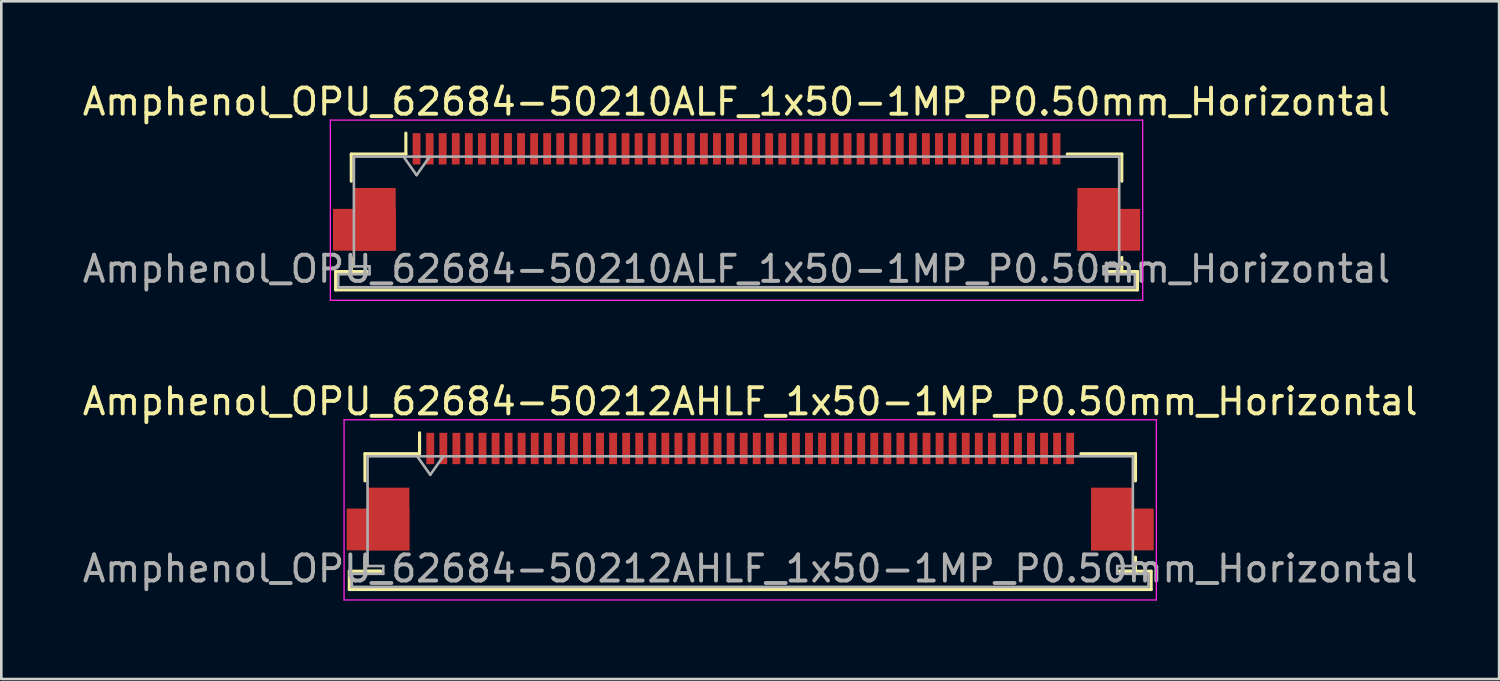
<source format=kicad_pcb>
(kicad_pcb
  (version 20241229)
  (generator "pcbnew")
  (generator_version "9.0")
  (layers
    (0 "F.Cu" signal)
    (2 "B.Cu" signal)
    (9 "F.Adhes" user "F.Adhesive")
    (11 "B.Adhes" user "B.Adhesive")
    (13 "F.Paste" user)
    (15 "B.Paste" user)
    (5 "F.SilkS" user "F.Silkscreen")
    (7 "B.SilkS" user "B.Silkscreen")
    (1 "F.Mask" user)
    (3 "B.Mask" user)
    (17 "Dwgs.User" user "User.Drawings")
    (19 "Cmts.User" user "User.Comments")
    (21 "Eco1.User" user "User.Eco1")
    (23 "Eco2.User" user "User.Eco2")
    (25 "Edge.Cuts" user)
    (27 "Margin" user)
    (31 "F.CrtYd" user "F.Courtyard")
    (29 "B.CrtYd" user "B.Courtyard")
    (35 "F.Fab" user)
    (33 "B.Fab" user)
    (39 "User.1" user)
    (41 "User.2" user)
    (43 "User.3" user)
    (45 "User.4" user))
  (footprint "Amphenol_OPU_62684-50212AHLF_1x50-1MP_P0.50mm_Horizontal"
    (layer "F.Cu")
    (at 25.673 15.771)
    (property "Reference" "Amphenol_OPU_62684-50212AHLF_1x50-1MP_P0.50mm_Horizontal" (at 0 -3.45 0) (layer "F.SilkS") (effects (font (size 1 1) (thickness 0.15))))
    (attr smd)
    (fp_line (start -15.35 3.05) (end -15.35 3.75) (stroke (width 0.12) (type solid)) (layer "F.SilkS"))
    (fp_line (start -15.35 3.75) (end 15.35 3.75) (stroke (width 0.12) (type solid)) (layer "F.SilkS"))
    (fp_line (start -14.75 -1.45) (end -14.75 -0.41) (stroke (width 0.12) (type solid)) (layer "F.SilkS"))
    (fp_line (start -14.75 2.51) (end -14.75 3.05) (stroke (width 0.12) (type solid)) (layer "F.SilkS"))
    (fp_line (start -14.75 3.05) (end -14.15 3.05) (stroke (width 0.12) (type solid)) (layer "F.SilkS"))
    (fp_line (start -14.15 3.05) (end -15.35 3.05) (stroke (width 0.12) (type solid)) (layer "F.SilkS"))
    (fp_line (start -12.66 -1.45) (end -14.75 -1.45) (stroke (width 0.12) (type solid)) (layer "F.SilkS"))
    (fp_line (start -12.66 -1.45) (end -12.66 -2.25) (stroke (width 0.12) (type solid)) (layer "F.SilkS"))
    (fp_line (start 12.66 -1.45) (end 14.75 -1.45) (stroke (width 0.12) (type solid)) (layer "F.SilkS"))
    (fp_line (start 14.15 3.05) (end 14.75 3.05) (stroke (width 0.12) (type solid)) (layer "F.SilkS"))
    (fp_line (start 14.75 -1.45) (end 14.75 -0.41) (stroke (width 0.12) (type solid)) (layer "F.SilkS"))
    (fp_line (start 14.75 3.05) (end 14.75 2.51) (stroke (width 0.12) (type solid)) (layer "F.SilkS"))
    (fp_line (start 15.35 3.05) (end 14.15 3.05) (stroke (width 0.12) (type solid)) (layer "F.SilkS"))
    (fp_line (start 15.35 3.75) (end 15.35 3.05) (stroke (width 0.12) (type solid)) (layer "F.SilkS"))
    (fp_line (start -15.55 -2.75) (end -15.55 4.15) (stroke (width 0.05) (type solid)) (layer "F.CrtYd"))
    (fp_line (start -15.55 4.15) (end 15.55 4.15) (stroke (width 0.05) (type solid)) (layer "F.CrtYd"))
    (fp_line (start 15.55 -2.75) (end -15.55 -2.75) (stroke (width 0.05) (type solid)) (layer "F.CrtYd"))
    (fp_line (start 15.55 4.15) (end 15.55 -2.75) (stroke (width 0.05) (type solid)) (layer "F.CrtYd"))
    (fp_line (start -15.25 3.15) (end -15.25 3.65) (stroke (width 0.1) (type solid)) (layer "F.Fab"))
    (fp_line (start -15.25 3.65) (end 0 3.65) (stroke (width 0.1) (type solid)) (layer "F.Fab"))
    (fp_line (start -14.65 -1.35) (end -14.65 2.85) (stroke (width 0.1) (type solid)) (layer "F.Fab"))
    (fp_line (start -14.65 2.85) (end -14.05 2.85) (stroke (width 0.1) (type solid)) (layer "F.Fab"))
    (fp_line (start -14.05 2.85) (end -14.05 3.15) (stroke (width 0.1) (type solid)) (layer "F.Fab"))
    (fp_line (start -14.05 3.15) (end -15.25 3.15) (stroke (width 0.1) (type solid)) (layer "F.Fab"))
    (fp_line (start -12.75 -1.35) (end -12.25 -0.643) (stroke (width 0.1) (type solid)) (layer "F.Fab"))
    (fp_line (start -12.25 -0.643) (end -11.75 -1.35) (stroke (width 0.1) (type solid)) (layer "F.Fab"))
    (fp_line (start 0 -1.35) (end -14.65 -1.35) (stroke (width 0.1) (type solid)) (layer "F.Fab"))
    (fp_line (start 0 -1.35) (end 14.65 -1.35) (stroke (width 0.1) (type solid)) (layer "F.Fab"))
    (fp_line (start 14.05 2.85) (end 14.05 3.15) (stroke (width 0.1) (type solid)) (layer "F.Fab"))
    (fp_line (start 14.05 3.15) (end 15.25 3.15) (stroke (width 0.1) (type solid)) (layer "F.Fab"))
    (fp_line (start 14.65 -1.35) (end 14.65 2.85) (stroke (width 0.1) (type solid)) (layer "F.Fab"))
    (fp_line (start 14.65 2.85) (end 14.05 2.85) (stroke (width 0.1) (type solid)) (layer "F.Fab"))
    (fp_line (start 15.25 3.15) (end 15.25 3.65) (stroke (width 0.1) (type solid)) (layer "F.Fab"))
    (fp_line (start 15.25 3.65) (end 0 3.65) (stroke (width 0.1) (type solid)) (layer "F.Fab"))
    (fp_text user "${REFERENCE}" (at 0 2.95 0) (layer "F.Fab") (effects (font (size 1 1) (thickness 0.15))))
    (pad "1" smd rect (at -12.25 -1.65) (size 0.3 1.2) (layers "F.Cu" "F.Mask" "F.Paste"))
    (pad "2" smd rect (at -11.75 -1.65) (size 0.3 1.2) (layers "F.Cu" "F.Mask" "F.Paste"))
    (pad "3" smd rect (at -11.25 -1.65) (size 0.3 1.2) (layers "F.Cu" "F.Mask" "F.Paste"))
    (pad "4" smd rect (at -10.75 -1.65) (size 0.3 1.2) (layers "F.Cu" "F.Mask" "F.Paste"))
    (pad "5" smd rect (at -10.25 -1.65) (size 0.3 1.2) (layers "F.Cu" "F.Mask" "F.Paste"))
    (pad "6" smd rect (at -9.75 -1.65) (size 0.3 1.2) (layers "F.Cu" "F.Mask" "F.Paste"))
    (pad "7" smd rect (at -9.25 -1.65) (size 0.3 1.2) (layers "F.Cu" "F.Mask" "F.Paste"))
    (pad "8" smd rect (at -8.75 -1.65) (size 0.3 1.2) (layers "F.Cu" "F.Mask" "F.Paste"))
    (pad "9" smd rect (at -8.25 -1.65) (size 0.3 1.2) (layers "F.Cu" "F.Mask" "F.Paste"))
    (pad "10" smd rect (at -7.75 -1.65) (size 0.3 1.2) (layers "F.Cu" "F.Mask" "F.Paste"))
    (pad "11" smd rect (at -7.25 -1.65) (size 0.3 1.2) (layers "F.Cu" "F.Mask" "F.Paste"))
    (pad "12" smd rect (at -6.75 -1.65) (size 0.3 1.2) (layers "F.Cu" "F.Mask" "F.Paste"))
    (pad "13" smd rect (at -6.25 -1.65) (size 0.3 1.2) (layers "F.Cu" "F.Mask" "F.Paste"))
    (pad "14" smd rect (at -5.75 -1.65) (size 0.3 1.2) (layers "F.Cu" "F.Mask" "F.Paste"))
    (pad "15" smd rect (at -5.25 -1.65) (size 0.3 1.2) (layers "F.Cu" "F.Mask" "F.Paste"))
    (pad "16" smd rect (at -4.75 -1.65) (size 0.3 1.2) (layers "F.Cu" "F.Mask" "F.Paste"))
    (pad "17" smd rect (at -4.25 -1.65) (size 0.3 1.2) (layers "F.Cu" "F.Mask" "F.Paste"))
    (pad "18" smd rect (at -3.75 -1.65) (size 0.3 1.2) (layers "F.Cu" "F.Mask" "F.Paste"))
    (pad "19" smd rect (at -3.25 -1.65) (size 0.3 1.2) (layers "F.Cu" "F.Mask" "F.Paste"))
    (pad "20" smd rect (at -2.75 -1.65) (size 0.3 1.2) (layers "F.Cu" "F.Mask" "F.Paste"))
    (pad "21" smd rect (at -2.25 -1.65) (size 0.3 1.2) (layers "F.Cu" "F.Mask" "F.Paste"))
    (pad "22" smd rect (at -1.75 -1.65) (size 0.3 1.2) (layers "F.Cu" "F.Mask" "F.Paste"))
    (pad "23" smd rect (at -1.25 -1.65) (size 0.3 1.2) (layers "F.Cu" "F.Mask" "F.Paste"))
    (pad "24" smd rect (at -0.75 -1.65) (size 0.3 1.2) (layers "F.Cu" "F.Mask" "F.Paste"))
    (pad "25" smd rect (at -0.25 -1.65) (size 0.3 1.2) (layers "F.Cu" "F.Mask" "F.Paste"))
    (pad "26" smd rect (at 0.25 -1.65) (size 0.3 1.2) (layers "F.Cu" "F.Mask" "F.Paste"))
    (pad "27" smd rect (at 0.75 -1.65) (size 0.3 1.2) (layers "F.Cu" "F.Mask" "F.Paste"))
    (pad "28" smd rect (at 1.25 -1.65) (size 0.3 1.2) (layers "F.Cu" "F.Mask" "F.Paste"))
    (pad "29" smd rect (at 1.75 -1.65) (size 0.3 1.2) (layers "F.Cu" "F.Mask" "F.Paste"))
    (pad "30" smd rect (at 2.25 -1.65) (size 0.3 1.2) (layers "F.Cu" "F.Mask" "F.Paste"))
    (pad "31" smd rect (at 2.75 -1.65) (size 0.3 1.2) (layers "F.Cu" "F.Mask" "F.Paste"))
    (pad "32" smd rect (at 3.25 -1.65) (size 0.3 1.2) (layers "F.Cu" "F.Mask" "F.Paste"))
    (pad "33" smd rect (at 3.75 -1.65) (size 0.3 1.2) (layers "F.Cu" "F.Mask" "F.Paste"))
    (pad "34" smd rect (at 4.25 -1.65) (size 0.3 1.2) (layers "F.Cu" "F.Mask" "F.Paste"))
    (pad "35" smd rect (at 4.75 -1.65) (size 0.3 1.2) (layers "F.Cu" "F.Mask" "F.Paste"))
    (pad "36" smd rect (at 5.25 -1.65) (size 0.3 1.2) (layers "F.Cu" "F.Mask" "F.Paste"))
    (pad "37" smd rect (at 5.75 -1.65) (size 0.3 1.2) (layers "F.Cu" "F.Mask" "F.Paste"))
    (pad "38" smd rect (at 6.25 -1.65) (size 0.3 1.2) (layers "F.Cu" "F.Mask" "F.Paste"))
    (pad "39" smd rect (at 6.75 -1.65) (size 0.3 1.2) (layers "F.Cu" "F.Mask" "F.Paste"))
    (pad "40" smd rect (at 7.25 -1.65) (size 0.3 1.2) (layers "F.Cu" "F.Mask" "F.Paste"))
    (pad "41" smd rect (at 7.75 -1.65) (size 0.3 1.2) (layers "F.Cu" "F.Mask" "F.Paste"))
    (pad "42" smd rect (at 8.25 -1.65) (size 0.3 1.2) (layers "F.Cu" "F.Mask" "F.Paste"))
    (pad "43" smd rect (at 8.75 -1.65) (size 0.3 1.2) (layers "F.Cu" "F.Mask" "F.Paste"))
    (pad "44" smd rect (at 9.25 -1.65) (size 0.3 1.2) (layers "F.Cu" "F.Mask" "F.Paste"))
    (pad "45" smd rect (at 9.75 -1.65) (size 0.3 1.2) (layers "F.Cu" "F.Mask" "F.Paste"))
    (pad "46" smd rect (at 10.25 -1.65) (size 0.3 1.2) (layers "F.Cu" "F.Mask" "F.Paste"))
    (pad "47" smd rect (at 10.75 -1.65) (size 0.3 1.2) (layers "F.Cu" "F.Mask" "F.Paste"))
    (pad "48" smd rect (at 11.25 -1.65) (size 0.3 1.2) (layers "F.Cu" "F.Mask" "F.Paste"))
    (pad "49" smd rect (at 11.75 -1.65) (size 0.3 1.2) (layers "F.Cu" "F.Mask" "F.Paste"))
    (pad "50" smd rect (at 12.25 -1.65) (size 0.3 1.2) (layers "F.Cu" "F.Mask" "F.Paste"))
    (pad "MP" smd rect (at -14.25 1.45) (size 2.4 1.6) (layers "F.Cu" "F.Mask" "F.Paste"))
    (pad "MP" smd rect (at -13.85 1.05) (size 1.6 2.4) (layers "F.Cu" "F.Mask" "F.Paste"))
    (pad "MP" smd rect (at 13.85 1.05) (size 1.6 2.4) (layers "F.Cu" "F.Mask" "F.Paste"))
    (pad "MP" smd rect (at 14.25 1.45) (size 2.4 1.6) (layers "F.Cu" "F.Mask" "F.Paste")))
  (footprint "Amphenol_OPU_62684-50210ALF_1x50-1MP_P0.50mm_Horizontal"
    (layer "F.Cu")
    (at 25.149 4.298)
    (property "Reference" "Amphenol_OPU_62684-50210ALF_1x50-1MP_P0.50mm_Horizontal" (at 0 -3.45 0) (layer "F.SilkS") (effects (font (size 1 1) (thickness 0.15))))
    (attr smd)
    (fp_line (start -15.35 3.05) (end -15.35 3.75) (stroke (width 0.12) (type solid)) (layer "F.SilkS"))
    (fp_line (start -15.35 3.75) (end 15.35 3.75) (stroke (width 0.12) (type solid)) (layer "F.SilkS"))
    (fp_line (start -14.75 -1.45) (end -14.75 -0.41) (stroke (width 0.12) (type solid)) (layer "F.SilkS"))
    (fp_line (start -14.75 2.51) (end -14.75 3.05) (stroke (width 0.12) (type solid)) (layer "F.SilkS"))
    (fp_line (start -14.75 3.05) (end -14.15 3.05) (stroke (width 0.12) (type solid)) (layer "F.SilkS"))
    (fp_line (start -14.15 3.05) (end -15.35 3.05) (stroke (width 0.12) (type solid)) (layer "F.SilkS"))
    (fp_line (start -12.66 -1.45) (end -14.75 -1.45) (stroke (width 0.12) (type solid)) (layer "F.SilkS"))
    (fp_line (start -12.66 -1.45) (end -12.66 -2.25) (stroke (width 0.12) (type solid)) (layer "F.SilkS"))
    (fp_line (start 12.66 -1.45) (end 14.75 -1.45) (stroke (width 0.12) (type solid)) (layer "F.SilkS"))
    (fp_line (start 14.15 3.05) (end 14.75 3.05) (stroke (width 0.12) (type solid)) (layer "F.SilkS"))
    (fp_line (start 14.75 -1.45) (end 14.75 -0.41) (stroke (width 0.12) (type solid)) (layer "F.SilkS"))
    (fp_line (start 14.75 3.05) (end 14.75 2.51) (stroke (width 0.12) (type solid)) (layer "F.SilkS"))
    (fp_line (start 15.35 3.05) (end 14.15 3.05) (stroke (width 0.12) (type solid)) (layer "F.SilkS"))
    (fp_line (start 15.35 3.75) (end 15.35 3.05) (stroke (width 0.12) (type solid)) (layer "F.SilkS"))
    (fp_line (start -15.55 -2.75) (end -15.55 4.15) (stroke (width 0.05) (type solid)) (layer "F.CrtYd"))
    (fp_line (start -15.55 4.15) (end 15.55 4.15) (stroke (width 0.05) (type solid)) (layer "F.CrtYd"))
    (fp_line (start 15.55 -2.75) (end -15.55 -2.75) (stroke (width 0.05) (type solid)) (layer "F.CrtYd"))
    (fp_line (start 15.55 4.15) (end 15.55 -2.75) (stroke (width 0.05) (type solid)) (layer "F.CrtYd"))
    (fp_line (start -15.25 3.15) (end -15.25 3.65) (stroke (width 0.1) (type solid)) (layer "F.Fab"))
    (fp_line (start -15.25 3.65) (end 0 3.65) (stroke (width 0.1) (type solid)) (layer "F.Fab"))
    (fp_line (start -14.65 -1.35) (end -14.65 2.85) (stroke (width 0.1) (type solid)) (layer "F.Fab"))
    (fp_line (start -14.65 2.85) (end -14.05 2.85) (stroke (width 0.1) (type solid)) (layer "F.Fab"))
    (fp_line (start -14.05 2.85) (end -14.05 3.15) (stroke (width 0.1) (type solid)) (layer "F.Fab"))
    (fp_line (start -14.05 3.15) (end -15.25 3.15) (stroke (width 0.1) (type solid)) (layer "F.Fab"))
    (fp_line (start -12.75 -1.35) (end -12.25 -0.643) (stroke (width 0.1) (type solid)) (layer "F.Fab"))
    (fp_line (start -12.25 -0.643) (end -11.75 -1.35) (stroke (width 0.1) (type solid)) (layer "F.Fab"))
    (fp_line (start 0 -1.35) (end -14.65 -1.35) (stroke (width 0.1) (type solid)) (layer "F.Fab"))
    (fp_line (start 0 -1.35) (end 14.65 -1.35) (stroke (width 0.1) (type solid)) (layer "F.Fab"))
    (fp_line (start 14.05 2.85) (end 14.05 3.15) (stroke (width 0.1) (type solid)) (layer "F.Fab"))
    (fp_line (start 14.05 3.15) (end 15.25 3.15) (stroke (width 0.1) (type solid)) (layer "F.Fab"))
    (fp_line (start 14.65 -1.35) (end 14.65 2.85) (stroke (width 0.1) (type solid)) (layer "F.Fab"))
    (fp_line (start 14.65 2.85) (end 14.05 2.85) (stroke (width 0.1) (type solid)) (layer "F.Fab"))
    (fp_line (start 15.25 3.15) (end 15.25 3.65) (stroke (width 0.1) (type solid)) (layer "F.Fab"))
    (fp_line (start 15.25 3.65) (end 0 3.65) (stroke (width 0.1) (type solid)) (layer "F.Fab"))
    (fp_text user "${REFERENCE}" (at 0 2.95 0) (layer "F.Fab") (effects (font (size 1 1) (thickness 0.15))))
    (pad "1" smd rect (at -12.25 -1.65) (size 0.3 1.2) (layers "F.Cu" "F.Mask" "F.Paste"))
    (pad "2" smd rect (at -11.75 -1.65) (size 0.3 1.2) (layers "F.Cu" "F.Mask" "F.Paste"))
    (pad "3" smd rect (at -11.25 -1.65) (size 0.3 1.2) (layers "F.Cu" "F.Mask" "F.Paste"))
    (pad "4" smd rect (at -10.75 -1.65) (size 0.3 1.2) (layers "F.Cu" "F.Mask" "F.Paste"))
    (pad "5" smd rect (at -10.25 -1.65) (size 0.3 1.2) (layers "F.Cu" "F.Mask" "F.Paste"))
    (pad "6" smd rect (at -9.75 -1.65) (size 0.3 1.2) (layers "F.Cu" "F.Mask" "F.Paste"))
    (pad "7" smd rect (at -9.25 -1.65) (size 0.3 1.2) (layers "F.Cu" "F.Mask" "F.Paste"))
    (pad "8" smd rect (at -8.75 -1.65) (size 0.3 1.2) (layers "F.Cu" "F.Mask" "F.Paste"))
    (pad "9" smd rect (at -8.25 -1.65) (size 0.3 1.2) (layers "F.Cu" "F.Mask" "F.Paste"))
    (pad "10" smd rect (at -7.75 -1.65) (size 0.3 1.2) (layers "F.Cu" "F.Mask" "F.Paste"))
    (pad "11" smd rect (at -7.25 -1.65) (size 0.3 1.2) (layers "F.Cu" "F.Mask" "F.Paste"))
    (pad "12" smd rect (at -6.75 -1.65) (size 0.3 1.2) (layers "F.Cu" "F.Mask" "F.Paste"))
    (pad "13" smd rect (at -6.25 -1.65) (size 0.3 1.2) (layers "F.Cu" "F.Mask" "F.Paste"))
    (pad "14" smd rect (at -5.75 -1.65) (size 0.3 1.2) (layers "F.Cu" "F.Mask" "F.Paste"))
    (pad "15" smd rect (at -5.25 -1.65) (size 0.3 1.2) (layers "F.Cu" "F.Mask" "F.Paste"))
    (pad "16" smd rect (at -4.75 -1.65) (size 0.3 1.2) (layers "F.Cu" "F.Mask" "F.Paste"))
    (pad "17" smd rect (at -4.25 -1.65) (size 0.3 1.2) (layers "F.Cu" "F.Mask" "F.Paste"))
    (pad "18" smd rect (at -3.75 -1.65) (size 0.3 1.2) (layers "F.Cu" "F.Mask" "F.Paste"))
    (pad "19" smd rect (at -3.25 -1.65) (size 0.3 1.2) (layers "F.Cu" "F.Mask" "F.Paste"))
    (pad "20" smd rect (at -2.75 -1.65) (size 0.3 1.2) (layers "F.Cu" "F.Mask" "F.Paste"))
    (pad "21" smd rect (at -2.25 -1.65) (size 0.3 1.2) (layers "F.Cu" "F.Mask" "F.Paste"))
    (pad "22" smd rect (at -1.75 -1.65) (size 0.3 1.2) (layers "F.Cu" "F.Mask" "F.Paste"))
    (pad "23" smd rect (at -1.25 -1.65) (size 0.3 1.2) (layers "F.Cu" "F.Mask" "F.Paste"))
    (pad "24" smd rect (at -0.75 -1.65) (size 0.3 1.2) (layers "F.Cu" "F.Mask" "F.Paste"))
    (pad "25" smd rect (at -0.25 -1.65) (size 0.3 1.2) (layers "F.Cu" "F.Mask" "F.Paste"))
    (pad "26" smd rect (at 0.25 -1.65) (size 0.3 1.2) (layers "F.Cu" "F.Mask" "F.Paste"))
    (pad "27" smd rect (at 0.75 -1.65) (size 0.3 1.2) (layers "F.Cu" "F.Mask" "F.Paste"))
    (pad "28" smd rect (at 1.25 -1.65) (size 0.3 1.2) (layers "F.Cu" "F.Mask" "F.Paste"))
    (pad "29" smd rect (at 1.75 -1.65) (size 0.3 1.2) (layers "F.Cu" "F.Mask" "F.Paste"))
    (pad "30" smd rect (at 2.25 -1.65) (size 0.3 1.2) (layers "F.Cu" "F.Mask" "F.Paste"))
    (pad "31" smd rect (at 2.75 -1.65) (size 0.3 1.2) (layers "F.Cu" "F.Mask" "F.Paste"))
    (pad "32" smd rect (at 3.25 -1.65) (size 0.3 1.2) (layers "F.Cu" "F.Mask" "F.Paste"))
    (pad "33" smd rect (at 3.75 -1.65) (size 0.3 1.2) (layers "F.Cu" "F.Mask" "F.Paste"))
    (pad "34" smd rect (at 4.25 -1.65) (size 0.3 1.2) (layers "F.Cu" "F.Mask" "F.Paste"))
    (pad "35" smd rect (at 4.75 -1.65) (size 0.3 1.2) (layers "F.Cu" "F.Mask" "F.Paste"))
    (pad "36" smd rect (at 5.25 -1.65) (size 0.3 1.2) (layers "F.Cu" "F.Mask" "F.Paste"))
    (pad "37" smd rect (at 5.75 -1.65) (size 0.3 1.2) (layers "F.Cu" "F.Mask" "F.Paste"))
    (pad "38" smd rect (at 6.25 -1.65) (size 0.3 1.2) (layers "F.Cu" "F.Mask" "F.Paste"))
    (pad "39" smd rect (at 6.75 -1.65) (size 0.3 1.2) (layers "F.Cu" "F.Mask" "F.Paste"))
    (pad "40" smd rect (at 7.25 -1.65) (size 0.3 1.2) (layers "F.Cu" "F.Mask" "F.Paste"))
    (pad "41" smd rect (at 7.75 -1.65) (size 0.3 1.2) (layers "F.Cu" "F.Mask" "F.Paste"))
    (pad "42" smd rect (at 8.25 -1.65) (size 0.3 1.2) (layers "F.Cu" "F.Mask" "F.Paste"))
    (pad "43" smd rect (at 8.75 -1.65) (size 0.3 1.2) (layers "F.Cu" "F.Mask" "F.Paste"))
    (pad "44" smd rect (at 9.25 -1.65) (size 0.3 1.2) (layers "F.Cu" "F.Mask" "F.Paste"))
    (pad "45" smd rect (at 9.75 -1.65) (size 0.3 1.2) (layers "F.Cu" "F.Mask" "F.Paste"))
    (pad "46" smd rect (at 10.25 -1.65) (size 0.3 1.2) (layers "F.Cu" "F.Mask" "F.Paste"))
    (pad "47" smd rect (at 10.75 -1.65) (size 0.3 1.2) (layers "F.Cu" "F.Mask" "F.Paste"))
    (pad "48" smd rect (at 11.25 -1.65) (size 0.3 1.2) (layers "F.Cu" "F.Mask" "F.Paste"))
    (pad "49" smd rect (at 11.75 -1.65) (size 0.3 1.2) (layers "F.Cu" "F.Mask" "F.Paste"))
    (pad "50" smd rect (at 12.25 -1.65) (size 0.3 1.2) (layers "F.Cu" "F.Mask" "F.Paste"))
    (pad "MP" smd rect (at -14.25 1.45) (size 2.4 1.6) (layers "F.Cu" "F.Mask" "F.Paste"))
    (pad "MP" smd rect (at -13.85 1.05) (size 1.6 2.4) (layers "F.Cu" "F.Mask" "F.Paste"))
    (pad "MP" smd rect (at 13.85 1.05) (size 1.6 2.4) (layers "F.Cu" "F.Mask" "F.Paste"))
    (pad "MP" smd rect (at 14.25 1.45) (size 2.4 1.6) (layers "F.Cu" "F.Mask" "F.Paste")))
  (gr_rect
    (start -3 -3)
    (end 54.345 22.947)
    (stroke (width 0.1) (type default))
    (fill no)
    (layer "Edge.Cuts")))
</source>
